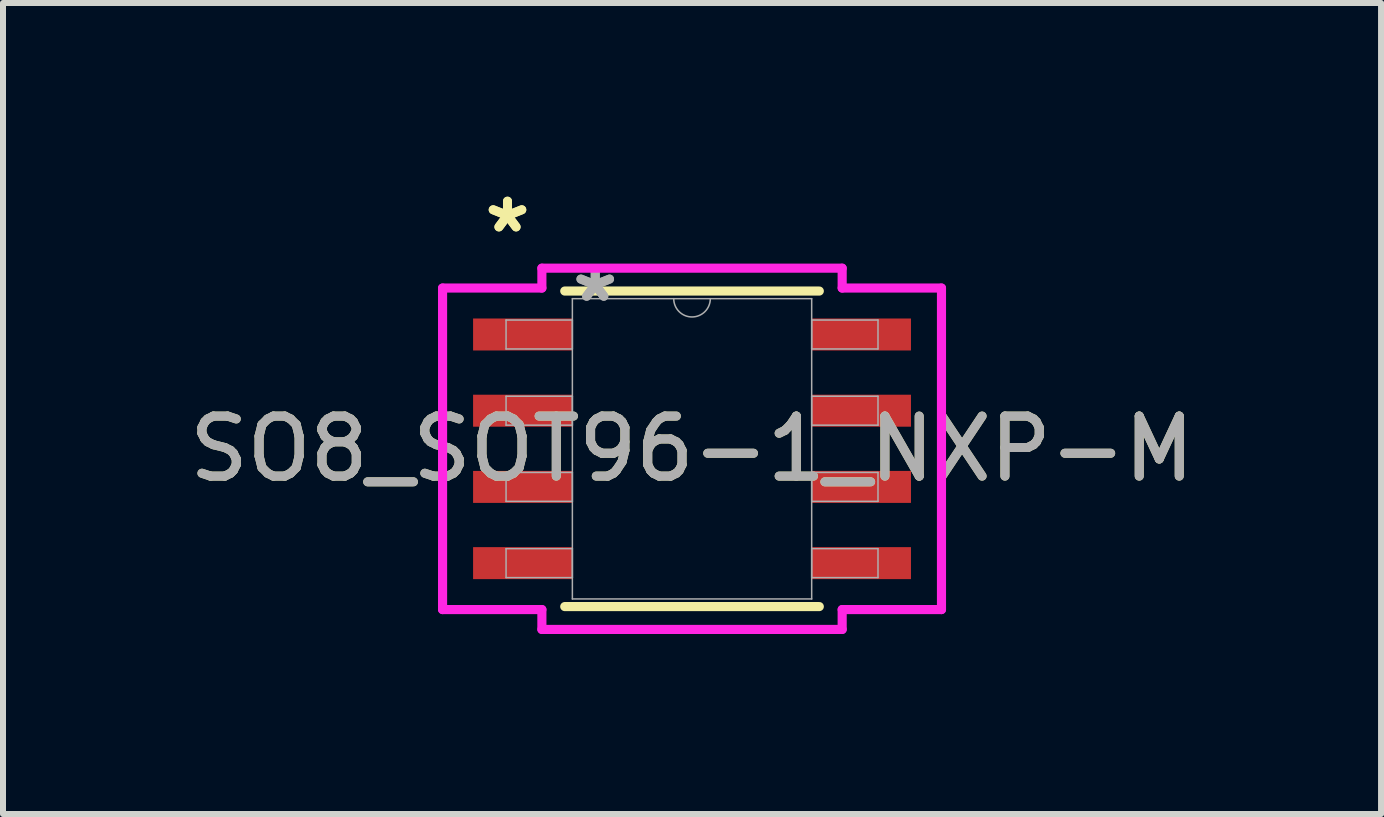
<source format=kicad_pcb>
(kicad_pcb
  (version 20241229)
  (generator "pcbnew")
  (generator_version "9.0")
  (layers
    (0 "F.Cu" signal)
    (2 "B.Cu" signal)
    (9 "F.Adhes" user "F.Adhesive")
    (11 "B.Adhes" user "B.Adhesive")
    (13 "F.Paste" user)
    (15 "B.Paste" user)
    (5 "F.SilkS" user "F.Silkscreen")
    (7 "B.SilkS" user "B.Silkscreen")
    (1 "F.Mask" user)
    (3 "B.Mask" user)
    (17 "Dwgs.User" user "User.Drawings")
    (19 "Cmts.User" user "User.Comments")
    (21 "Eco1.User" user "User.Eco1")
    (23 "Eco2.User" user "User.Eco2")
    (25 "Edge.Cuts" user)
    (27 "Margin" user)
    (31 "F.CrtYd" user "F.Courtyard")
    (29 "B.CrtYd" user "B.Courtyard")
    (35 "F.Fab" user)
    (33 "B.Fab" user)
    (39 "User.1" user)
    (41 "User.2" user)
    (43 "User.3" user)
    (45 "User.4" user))
  (footprint "SO8_SOT96-1_NXP-M"
    (layer "F.Cu")
    (at 8.482 4.429)
    (property "Reference" "SO8_SOT96-1_NXP-M" (at 0 0 0) (unlocked yes) (layer "F.SilkS") (effects (font (size 1 1) (thickness 0.15))))
    (attr smd)
    (fp_line (start -2.121 2.629) (end 2.121 2.629) (stroke (width 0.152) (type solid)) (layer "F.SilkS"))
    (fp_line (start 2.121 -2.629) (end -2.121 -2.629) (stroke (width 0.152) (type solid)) (layer "F.SilkS"))
    (fp_line (start -4.157 -2.679) (end -2.502 -2.679) (stroke (width 0.152) (type solid)) (layer "F.CrtYd"))
    (fp_line (start -4.157 2.679) (end -4.157 -2.679) (stroke (width 0.152) (type solid)) (layer "F.CrtYd"))
    (fp_line (start -4.157 2.679) (end -2.502 2.679) (stroke (width 0.152) (type solid)) (layer "F.CrtYd"))
    (fp_line (start -2.502 -3.01) (end 2.502 -3.01) (stroke (width 0.152) (type solid)) (layer "F.CrtYd"))
    (fp_line (start -2.502 -2.679) (end -2.502 -3.01) (stroke (width 0.152) (type solid)) (layer "F.CrtYd"))
    (fp_line (start -2.502 3.01) (end -2.502 2.679) (stroke (width 0.152) (type solid)) (layer "F.CrtYd"))
    (fp_line (start 2.502 -3.01) (end 2.502 -2.679) (stroke (width 0.152) (type solid)) (layer "F.CrtYd"))
    (fp_line (start 2.502 2.679) (end 2.502 3.01) (stroke (width 0.152) (type solid)) (layer "F.CrtYd"))
    (fp_line (start 2.502 3.01) (end -2.502 3.01) (stroke (width 0.152) (type solid)) (layer "F.CrtYd"))
    (fp_line (start 4.157 -2.679) (end 2.502 -2.679) (stroke (width 0.152) (type solid)) (layer "F.CrtYd"))
    (fp_line (start 4.157 -2.679) (end 4.157 2.679) (stroke (width 0.152) (type solid)) (layer "F.CrtYd"))
    (fp_line (start 4.157 2.679) (end 2.502 2.679) (stroke (width 0.152) (type solid)) (layer "F.CrtYd"))
    (fp_line (start -3.099 -2.146) (end -3.099 -1.664) (stroke (width 0.025) (type solid)) (layer "F.Fab"))
    (fp_line (start -3.099 -1.664) (end -1.994 -1.664) (stroke (width 0.025) (type solid)) (layer "F.Fab"))
    (fp_line (start -3.099 -0.876) (end -3.099 -0.394) (stroke (width 0.025) (type solid)) (layer "F.Fab"))
    (fp_line (start -3.099 -0.394) (end -1.994 -0.394) (stroke (width 0.025) (type solid)) (layer "F.Fab"))
    (fp_line (start -3.099 0.394) (end -3.099 0.876) (stroke (width 0.025) (type solid)) (layer "F.Fab"))
    (fp_line (start -3.099 0.876) (end -1.994 0.876) (stroke (width 0.025) (type solid)) (layer "F.Fab"))
    (fp_line (start -3.099 1.664) (end -3.099 2.146) (stroke (width 0.025) (type solid)) (layer "F.Fab"))
    (fp_line (start -3.099 2.146) (end -1.994 2.146) (stroke (width 0.025) (type solid)) (layer "F.Fab"))
    (fp_line (start -1.994 -2.502) (end -1.994 2.502) (stroke (width 0.025) (type solid)) (layer "F.Fab"))
    (fp_line (start -1.994 -2.146) (end -3.099 -2.146) (stroke (width 0.025) (type solid)) (layer "F.Fab"))
    (fp_line (start -1.994 -1.664) (end -1.994 -2.146) (stroke (width 0.025) (type solid)) (layer "F.Fab"))
    (fp_line (start -1.994 -0.876) (end -3.099 -0.876) (stroke (width 0.025) (type solid)) (layer "F.Fab"))
    (fp_line (start -1.994 -0.394) (end -1.994 -0.876) (stroke (width 0.025) (type solid)) (layer "F.Fab"))
    (fp_line (start -1.994 0.394) (end -3.099 0.394) (stroke (width 0.025) (type solid)) (layer "F.Fab"))
    (fp_line (start -1.994 0.876) (end -1.994 0.394) (stroke (width 0.025) (type solid)) (layer "F.Fab"))
    (fp_line (start -1.994 1.664) (end -3.099 1.664) (stroke (width 0.025) (type solid)) (layer "F.Fab"))
    (fp_line (start -1.994 2.146) (end -1.994 1.664) (stroke (width 0.025) (type solid)) (layer "F.Fab"))
    (fp_line (start -1.994 2.502) (end 1.994 2.502) (stroke (width 0.025) (type solid)) (layer "F.Fab"))
    (fp_line (start 1.994 -2.502) (end -1.994 -2.502) (stroke (width 0.025) (type solid)) (layer "F.Fab"))
    (fp_line (start 1.994 -2.146) (end 1.994 -1.664) (stroke (width 0.025) (type solid)) (layer "F.Fab"))
    (fp_line (start 1.994 -1.664) (end 3.099 -1.664) (stroke (width 0.025) (type solid)) (layer "F.Fab"))
    (fp_line (start 1.994 -0.876) (end 1.994 -0.394) (stroke (width 0.025) (type solid)) (layer "F.Fab"))
    (fp_line (start 1.994 -0.394) (end 3.099 -0.394) (stroke (width 0.025) (type solid)) (layer "F.Fab"))
    (fp_line (start 1.994 0.394) (end 1.994 0.876) (stroke (width 0.025) (type solid)) (layer "F.Fab"))
    (fp_line (start 1.994 0.876) (end 3.099 0.876) (stroke (width 0.025) (type solid)) (layer "F.Fab"))
    (fp_line (start 1.994 1.664) (end 1.994 2.146) (stroke (width 0.025) (type solid)) (layer "F.Fab"))
    (fp_line (start 1.994 2.146) (end 3.099 2.146) (stroke (width 0.025) (type solid)) (layer "F.Fab"))
    (fp_line (start 1.994 2.502) (end 1.994 -2.502) (stroke (width 0.025) (type solid)) (layer "F.Fab"))
    (fp_line (start 3.099 -2.146) (end 1.994 -2.146) (stroke (width 0.025) (type solid)) (layer "F.Fab"))
    (fp_line (start 3.099 -1.664) (end 3.099 -2.146) (stroke (width 0.025) (type solid)) (layer "F.Fab"))
    (fp_line (start 3.099 -0.876) (end 1.994 -0.876) (stroke (width 0.025) (type solid)) (layer "F.Fab"))
    (fp_line (start 3.099 -0.394) (end 3.099 -0.876) (stroke (width 0.025) (type solid)) (layer "F.Fab"))
    (fp_line (start 3.099 0.394) (end 1.994 0.394) (stroke (width 0.025) (type solid)) (layer "F.Fab"))
    (fp_line (start 3.099 0.876) (end 3.099 0.394) (stroke (width 0.025) (type solid)) (layer "F.Fab"))
    (fp_line (start 3.099 1.664) (end 1.994 1.664) (stroke (width 0.025) (type solid)) (layer "F.Fab"))
    (fp_line (start 3.099 2.146) (end 3.099 1.664) (stroke (width 0.025) (type solid)) (layer "F.Fab"))
    (fp_arc (start 0.3048 -2.5019) (mid 0 -2.1971) (end -0.3048 -2.5019) (stroke (width 0.0254) (type solid)) (layer "F.Fab"))
    (fp_text user "*" (at -3.075 -3.581 0) (layer "F.SilkS") (effects (font (size 1 1) (thickness 0.15))))
    (fp_text user "*" (at -3.075 -3.581 0) (unlocked yes) (layer "F.SilkS") (effects (font (size 1 1) (thickness 0.15))))
    (fp_text user "*" (at -1.613 -2.426 0) (layer "F.Fab") (effects (font (size 1 1) (thickness 0.15))))
    (fp_text user "${REFERENCE}" (at 0 0 0) (unlocked yes) (layer "F.Fab") (effects (font (size 1 1) (thickness 0.15))))
    (fp_text user "*" (at -1.613 -2.426 0) (unlocked yes) (layer "F.Fab") (effects (font (size 1 1) (thickness 0.15))))
    (pad "1" smd rect (at -2.821 -1.905) (size 1.655 0.533) (layers "F.Cu" "F.Mask" "F.Paste"))
    (pad "2" smd rect (at -2.821 -0.635) (size 1.655 0.533) (layers "F.Cu" "F.Mask" "F.Paste"))
    (pad "3" smd rect (at -2.821 0.635) (size 1.655 0.533) (layers "F.Cu" "F.Mask" "F.Paste"))
    (pad "4" smd rect (at -2.821 1.905) (size 1.655 0.533) (layers "F.Cu" "F.Mask" "F.Paste"))
    (pad "5" smd rect (at 2.821 1.905) (size 1.655 0.533) (layers "F.Cu" "F.Mask" "F.Paste"))
    (pad "6" smd rect (at 2.821 0.635) (size 1.655 0.533) (layers "F.Cu" "F.Mask" "F.Paste"))
    (pad "7" smd rect (at 2.821 -0.635) (size 1.655 0.533) (layers "F.Cu" "F.Mask" "F.Paste"))
    (pad "8" smd rect (at 2.821 -1.905) (size 1.655 0.533) (layers "F.Cu" "F.Mask" "F.Paste")))
  (gr_rect
    (start -3 -3)
    (end 19.964 10.515)
    (stroke (width 0.1) (type default))
    (fill no)
    (layer "Edge.Cuts")))
</source>
